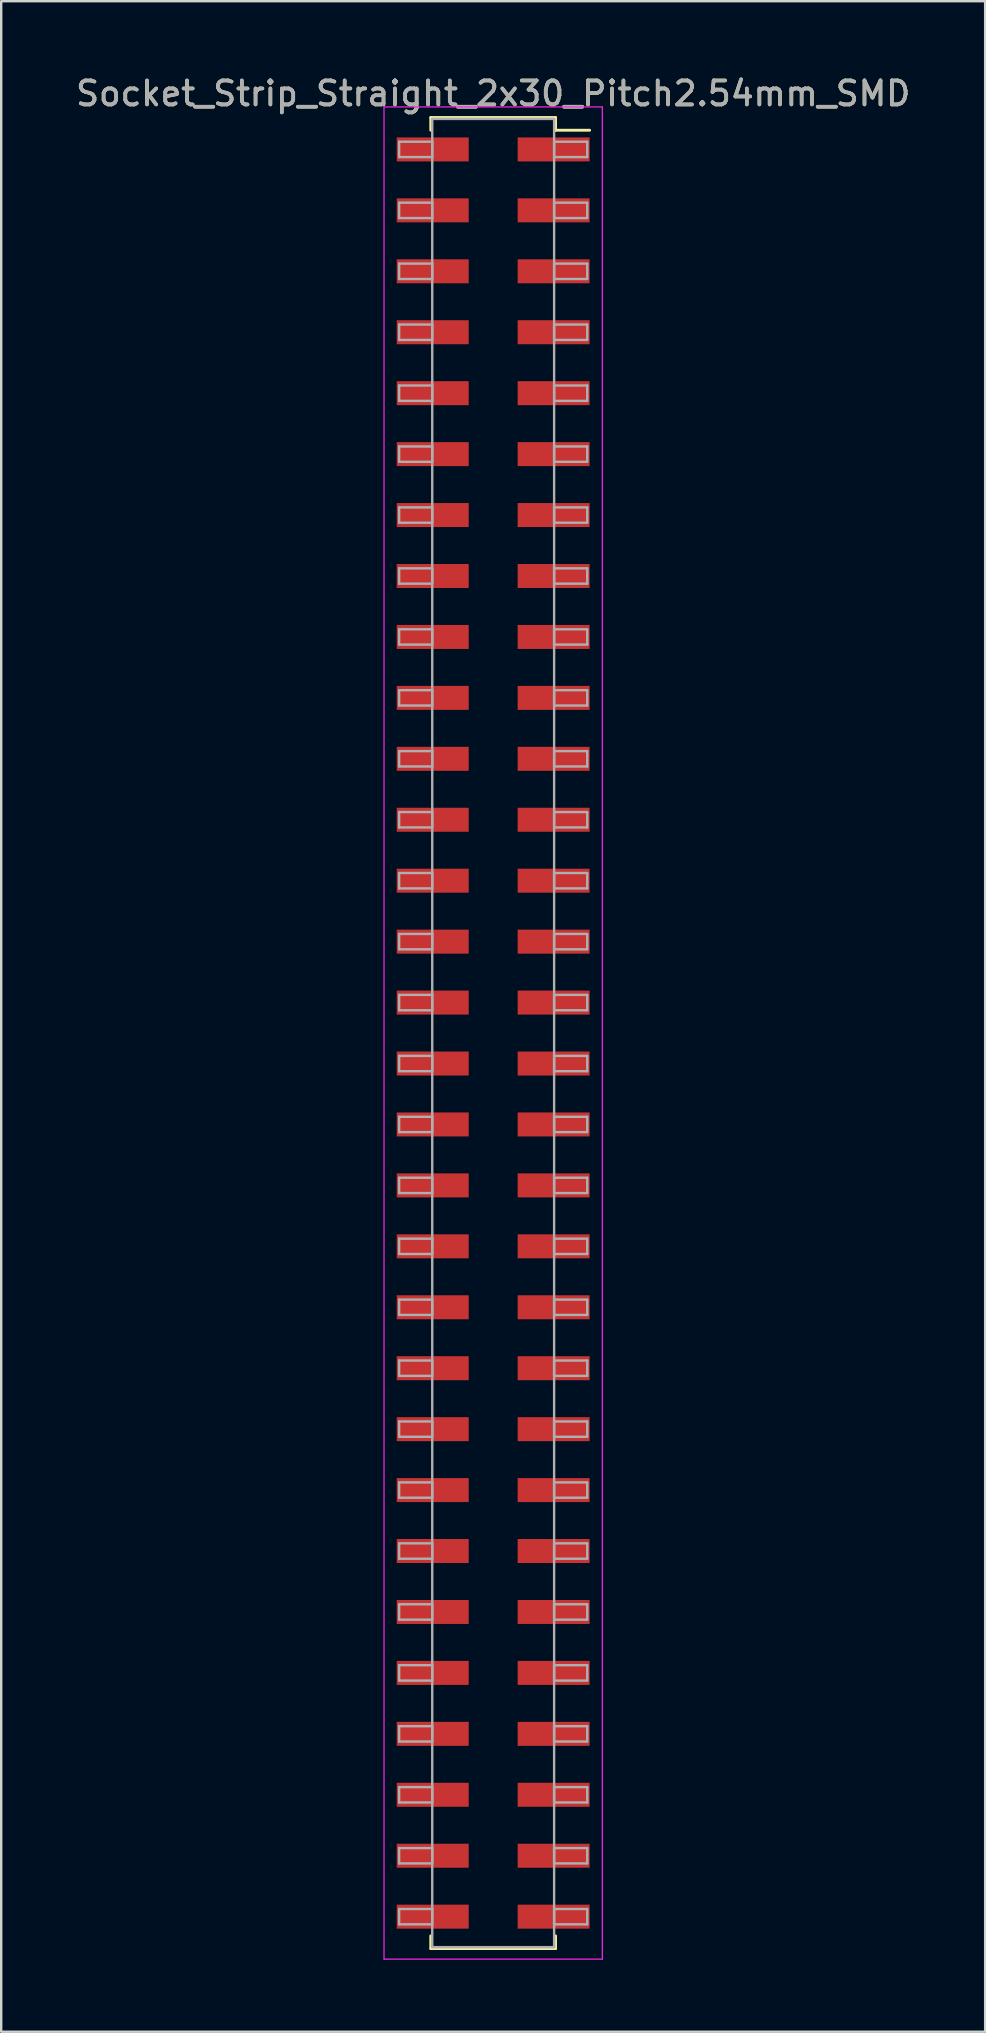
<source format=kicad_pcb>
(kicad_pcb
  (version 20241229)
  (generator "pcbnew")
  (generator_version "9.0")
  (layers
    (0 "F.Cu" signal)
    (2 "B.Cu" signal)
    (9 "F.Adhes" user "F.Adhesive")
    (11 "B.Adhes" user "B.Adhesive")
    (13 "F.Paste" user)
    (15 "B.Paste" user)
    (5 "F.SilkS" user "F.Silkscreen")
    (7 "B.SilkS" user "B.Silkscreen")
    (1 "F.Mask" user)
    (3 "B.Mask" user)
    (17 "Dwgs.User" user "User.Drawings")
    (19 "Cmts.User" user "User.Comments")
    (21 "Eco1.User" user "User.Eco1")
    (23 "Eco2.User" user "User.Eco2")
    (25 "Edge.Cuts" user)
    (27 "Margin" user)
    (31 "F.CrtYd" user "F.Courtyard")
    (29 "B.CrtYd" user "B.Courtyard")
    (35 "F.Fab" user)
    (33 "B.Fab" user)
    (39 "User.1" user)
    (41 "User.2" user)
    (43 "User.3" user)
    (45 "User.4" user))
  (footprint "Socket_Strip_Straight_2x30_Pitch2.54mm_SMD"
    (layer "F.Cu")
    (at 17.506 40.008)
    (property "Reference" "Socket_Strip_Straight_2x30_Pitch2.54mm_SMD" (at 0 -39.16 0) (layer "F.SilkS") (effects (font (size 1 1) (thickness 0.15))))
    (attr smd)
    (fp_line (start -2.6 -38.16) (end 2.6 -38.16) (stroke (width 0.12) (type solid)) (layer "F.SilkS"))
    (fp_line (start -2.6 -37.63) (end -2.6 -38.16) (stroke (width 0.12) (type solid)) (layer "F.SilkS"))
    (fp_line (start -2.6 37.63) (end -2.6 38.16) (stroke (width 0.12) (type solid)) (layer "F.SilkS"))
    (fp_line (start -2.6 38.16) (end 2.6 38.16) (stroke (width 0.12) (type solid)) (layer "F.SilkS"))
    (fp_line (start 2.6 -38.16) (end 2.6 -37.63) (stroke (width 0.12) (type solid)) (layer "F.SilkS"))
    (fp_line (start 2.6 38.16) (end 2.6 37.63) (stroke (width 0.12) (type solid)) (layer "F.SilkS"))
    (fp_line (start 4.02 -37.63) (end 2.6 -37.63) (stroke (width 0.12) (type solid)) (layer "F.SilkS"))
    (fp_line (start -4.55 -38.6) (end -4.55 38.6) (stroke (width 0.05) (type solid)) (layer "F.CrtYd"))
    (fp_line (start -4.55 38.6) (end 4.55 38.6) (stroke (width 0.05) (type solid)) (layer "F.CrtYd"))
    (fp_line (start 4.55 -38.6) (end -4.55 -38.6) (stroke (width 0.05) (type solid)) (layer "F.CrtYd"))
    (fp_line (start 4.55 38.6) (end 4.55 -38.6) (stroke (width 0.05) (type solid)) (layer "F.CrtYd"))
    (fp_line (start -3.92 -37.15) (end -2.54 -37.15) (stroke (width 0.1) (type solid)) (layer "F.Fab"))
    (fp_line (start -3.92 -36.51) (end -3.92 -37.15) (stroke (width 0.1) (type solid)) (layer "F.Fab"))
    (fp_line (start -3.92 -34.61) (end -2.54 -34.61) (stroke (width 0.1) (type solid)) (layer "F.Fab"))
    (fp_line (start -3.92 -33.97) (end -3.92 -34.61) (stroke (width 0.1) (type solid)) (layer "F.Fab"))
    (fp_line (start -3.92 -32.07) (end -2.54 -32.07) (stroke (width 0.1) (type solid)) (layer "F.Fab"))
    (fp_line (start -3.92 -31.43) (end -3.92 -32.07) (stroke (width 0.1) (type solid)) (layer "F.Fab"))
    (fp_line (start -3.92 -29.53) (end -2.54 -29.53) (stroke (width 0.1) (type solid)) (layer "F.Fab"))
    (fp_line (start -3.92 -28.89) (end -3.92 -29.53) (stroke (width 0.1) (type solid)) (layer "F.Fab"))
    (fp_line (start -3.92 -26.99) (end -2.54 -26.99) (stroke (width 0.1) (type solid)) (layer "F.Fab"))
    (fp_line (start -3.92 -26.35) (end -3.92 -26.99) (stroke (width 0.1) (type solid)) (layer "F.Fab"))
    (fp_line (start -3.92 -24.45) (end -2.54 -24.45) (stroke (width 0.1) (type solid)) (layer "F.Fab"))
    (fp_line (start -3.92 -23.81) (end -3.92 -24.45) (stroke (width 0.1) (type solid)) (layer "F.Fab"))
    (fp_line (start -3.92 -21.91) (end -2.54 -21.91) (stroke (width 0.1) (type solid)) (layer "F.Fab"))
    (fp_line (start -3.92 -21.27) (end -3.92 -21.91) (stroke (width 0.1) (type solid)) (layer "F.Fab"))
    (fp_line (start -3.92 -19.37) (end -2.54 -19.37) (stroke (width 0.1) (type solid)) (layer "F.Fab"))
    (fp_line (start -3.92 -18.73) (end -3.92 -19.37) (stroke (width 0.1) (type solid)) (layer "F.Fab"))
    (fp_line (start -3.92 -16.83) (end -2.54 -16.83) (stroke (width 0.1) (type solid)) (layer "F.Fab"))
    (fp_line (start -3.92 -16.19) (end -3.92 -16.83) (stroke (width 0.1) (type solid)) (layer "F.Fab"))
    (fp_line (start -3.92 -14.29) (end -2.54 -14.29) (stroke (width 0.1) (type solid)) (layer "F.Fab"))
    (fp_line (start -3.92 -13.65) (end -3.92 -14.29) (stroke (width 0.1) (type solid)) (layer "F.Fab"))
    (fp_line (start -3.92 -11.75) (end -2.54 -11.75) (stroke (width 0.1) (type solid)) (layer "F.Fab"))
    (fp_line (start -3.92 -11.11) (end -3.92 -11.75) (stroke (width 0.1) (type solid)) (layer "F.Fab"))
    (fp_line (start -3.92 -9.21) (end -2.54 -9.21) (stroke (width 0.1) (type solid)) (layer "F.Fab"))
    (fp_line (start -3.92 -8.57) (end -3.92 -9.21) (stroke (width 0.1) (type solid)) (layer "F.Fab"))
    (fp_line (start -3.92 -6.67) (end -2.54 -6.67) (stroke (width 0.1) (type solid)) (layer "F.Fab"))
    (fp_line (start -3.92 -6.03) (end -3.92 -6.67) (stroke (width 0.1) (type solid)) (layer "F.Fab"))
    (fp_line (start -3.92 -4.13) (end -2.54 -4.13) (stroke (width 0.1) (type solid)) (layer "F.Fab"))
    (fp_line (start -3.92 -3.49) (end -3.92 -4.13) (stroke (width 0.1) (type solid)) (layer "F.Fab"))
    (fp_line (start -3.92 -1.59) (end -2.54 -1.59) (stroke (width 0.1) (type solid)) (layer "F.Fab"))
    (fp_line (start -3.92 -0.95) (end -3.92 -1.59) (stroke (width 0.1) (type solid)) (layer "F.Fab"))
    (fp_line (start -3.92 0.95) (end -2.54 0.95) (stroke (width 0.1) (type solid)) (layer "F.Fab"))
    (fp_line (start -3.92 1.59) (end -3.92 0.95) (stroke (width 0.1) (type solid)) (layer "F.Fab"))
    (fp_line (start -3.92 3.49) (end -2.54 3.49) (stroke (width 0.1) (type solid)) (layer "F.Fab"))
    (fp_line (start -3.92 4.13) (end -3.92 3.49) (stroke (width 0.1) (type solid)) (layer "F.Fab"))
    (fp_line (start -3.92 6.03) (end -2.54 6.03) (stroke (width 0.1) (type solid)) (layer "F.Fab"))
    (fp_line (start -3.92 6.67) (end -3.92 6.03) (stroke (width 0.1) (type solid)) (layer "F.Fab"))
    (fp_line (start -3.92 8.57) (end -2.54 8.57) (stroke (width 0.1) (type solid)) (layer "F.Fab"))
    (fp_line (start -3.92 9.21) (end -3.92 8.57) (stroke (width 0.1) (type solid)) (layer "F.Fab"))
    (fp_line (start -3.92 11.11) (end -2.54 11.11) (stroke (width 0.1) (type solid)) (layer "F.Fab"))
    (fp_line (start -3.92 11.75) (end -3.92 11.11) (stroke (width 0.1) (type solid)) (layer "F.Fab"))
    (fp_line (start -3.92 13.65) (end -2.54 13.65) (stroke (width 0.1) (type solid)) (layer "F.Fab"))
    (fp_line (start -3.92 14.29) (end -3.92 13.65) (stroke (width 0.1) (type solid)) (layer "F.Fab"))
    (fp_line (start -3.92 16.19) (end -2.54 16.19) (stroke (width 0.1) (type solid)) (layer "F.Fab"))
    (fp_line (start -3.92 16.83) (end -3.92 16.19) (stroke (width 0.1) (type solid)) (layer "F.Fab"))
    (fp_line (start -3.92 18.73) (end -2.54 18.73) (stroke (width 0.1) (type solid)) (layer "F.Fab"))
    (fp_line (start -3.92 19.37) (end -3.92 18.73) (stroke (width 0.1) (type solid)) (layer "F.Fab"))
    (fp_line (start -3.92 21.27) (end -2.54 21.27) (stroke (width 0.1) (type solid)) (layer "F.Fab"))
    (fp_line (start -3.92 21.91) (end -3.92 21.27) (stroke (width 0.1) (type solid)) (layer "F.Fab"))
    (fp_line (start -3.92 23.81) (end -2.54 23.81) (stroke (width 0.1) (type solid)) (layer "F.Fab"))
    (fp_line (start -3.92 24.45) (end -3.92 23.81) (stroke (width 0.1) (type solid)) (layer "F.Fab"))
    (fp_line (start -3.92 26.35) (end -2.54 26.35) (stroke (width 0.1) (type solid)) (layer "F.Fab"))
    (fp_line (start -3.92 26.99) (end -3.92 26.35) (stroke (width 0.1) (type solid)) (layer "F.Fab"))
    (fp_line (start -3.92 28.89) (end -2.54 28.89) (stroke (width 0.1) (type solid)) (layer "F.Fab"))
    (fp_line (start -3.92 29.53) (end -3.92 28.89) (stroke (width 0.1) (type solid)) (layer "F.Fab"))
    (fp_line (start -3.92 31.43) (end -2.54 31.43) (stroke (width 0.1) (type solid)) (layer "F.Fab"))
    (fp_line (start -3.92 32.07) (end -3.92 31.43) (stroke (width 0.1) (type solid)) (layer "F.Fab"))
    (fp_line (start -3.92 33.97) (end -2.54 33.97) (stroke (width 0.1) (type solid)) (layer "F.Fab"))
    (fp_line (start -3.92 34.61) (end -3.92 33.97) (stroke (width 0.1) (type solid)) (layer "F.Fab"))
    (fp_line (start -3.92 36.51) (end -2.54 36.51) (stroke (width 0.1) (type solid)) (layer "F.Fab"))
    (fp_line (start -3.92 37.15) (end -3.92 36.51) (stroke (width 0.1) (type solid)) (layer "F.Fab"))
    (fp_line (start -2.54 -38.1) (end -2.54 38.1) (stroke (width 0.1) (type solid)) (layer "F.Fab"))
    (fp_line (start -2.54 -37.15) (end -2.54 -36.51) (stroke (width 0.1) (type solid)) (layer "F.Fab"))
    (fp_line (start -2.54 -36.51) (end -3.92 -36.51) (stroke (width 0.1) (type solid)) (layer "F.Fab"))
    (fp_line (start -2.54 -34.61) (end -2.54 -33.97) (stroke (width 0.1) (type solid)) (layer "F.Fab"))
    (fp_line (start -2.54 -33.97) (end -3.92 -33.97) (stroke (width 0.1) (type solid)) (layer "F.Fab"))
    (fp_line (start -2.54 -32.07) (end -2.54 -31.43) (stroke (width 0.1) (type solid)) (layer "F.Fab"))
    (fp_line (start -2.54 -31.43) (end -3.92 -31.43) (stroke (width 0.1) (type solid)) (layer "F.Fab"))
    (fp_line (start -2.54 -29.53) (end -2.54 -28.89) (stroke (width 0.1) (type solid)) (layer "F.Fab"))
    (fp_line (start -2.54 -28.89) (end -3.92 -28.89) (stroke (width 0.1) (type solid)) (layer "F.Fab"))
    (fp_line (start -2.54 -26.99) (end -2.54 -26.35) (stroke (width 0.1) (type solid)) (layer "F.Fab"))
    (fp_line (start -2.54 -26.35) (end -3.92 -26.35) (stroke (width 0.1) (type solid)) (layer "F.Fab"))
    (fp_line (start -2.54 -24.45) (end -2.54 -23.81) (stroke (width 0.1) (type solid)) (layer "F.Fab"))
    (fp_line (start -2.54 -23.81) (end -3.92 -23.81) (stroke (width 0.1) (type solid)) (layer "F.Fab"))
    (fp_line (start -2.54 -21.91) (end -2.54 -21.27) (stroke (width 0.1) (type solid)) (layer "F.Fab"))
    (fp_line (start -2.54 -21.27) (end -3.92 -21.27) (stroke (width 0.1) (type solid)) (layer "F.Fab"))
    (fp_line (start -2.54 -19.37) (end -2.54 -18.73) (stroke (width 0.1) (type solid)) (layer "F.Fab"))
    (fp_line (start -2.54 -18.73) (end -3.92 -18.73) (stroke (width 0.1) (type solid)) (layer "F.Fab"))
    (fp_line (start -2.54 -16.83) (end -2.54 -16.19) (stroke (width 0.1) (type solid)) (layer "F.Fab"))
    (fp_line (start -2.54 -16.19) (end -3.92 -16.19) (stroke (width 0.1) (type solid)) (layer "F.Fab"))
    (fp_line (start -2.54 -14.29) (end -2.54 -13.65) (stroke (width 0.1) (type solid)) (layer "F.Fab"))
    (fp_line (start -2.54 -13.65) (end -3.92 -13.65) (stroke (width 0.1) (type solid)) (layer "F.Fab"))
    (fp_line (start -2.54 -11.75) (end -2.54 -11.11) (stroke (width 0.1) (type solid)) (layer "F.Fab"))
    (fp_line (start -2.54 -11.11) (end -3.92 -11.11) (stroke (width 0.1) (type solid)) (layer "F.Fab"))
    (fp_line (start -2.54 -9.21) (end -2.54 -8.57) (stroke (width 0.1) (type solid)) (layer "F.Fab"))
    (fp_line (start -2.54 -8.57) (end -3.92 -8.57) (stroke (width 0.1) (type solid)) (layer "F.Fab"))
    (fp_line (start -2.54 -6.67) (end -2.54 -6.03) (stroke (width 0.1) (type solid)) (layer "F.Fab"))
    (fp_line (start -2.54 -6.03) (end -3.92 -6.03) (stroke (width 0.1) (type solid)) (layer "F.Fab"))
    (fp_line (start -2.54 -4.13) (end -2.54 -3.49) (stroke (width 0.1) (type solid)) (layer "F.Fab"))
    (fp_line (start -2.54 -3.49) (end -3.92 -3.49) (stroke (width 0.1) (type solid)) (layer "F.Fab"))
    (fp_line (start -2.54 -1.59) (end -2.54 -0.95) (stroke (width 0.1) (type solid)) (layer "F.Fab"))
    (fp_line (start -2.54 -0.95) (end -3.92 -0.95) (stroke (width 0.1) (type solid)) (layer "F.Fab"))
    (fp_line (start -2.54 0.95) (end -2.54 1.59) (stroke (width 0.1) (type solid)) (layer "F.Fab"))
    (fp_line (start -2.54 1.59) (end -3.92 1.59) (stroke (width 0.1) (type solid)) (layer "F.Fab"))
    (fp_line (start -2.54 3.49) (end -2.54 4.13) (stroke (width 0.1) (type solid)) (layer "F.Fab"))
    (fp_line (start -2.54 4.13) (end -3.92 4.13) (stroke (width 0.1) (type solid)) (layer "F.Fab"))
    (fp_line (start -2.54 6.03) (end -2.54 6.67) (stroke (width 0.1) (type solid)) (layer "F.Fab"))
    (fp_line (start -2.54 6.67) (end -3.92 6.67) (stroke (width 0.1) (type solid)) (layer "F.Fab"))
    (fp_line (start -2.54 8.57) (end -2.54 9.21) (stroke (width 0.1) (type solid)) (layer "F.Fab"))
    (fp_line (start -2.54 9.21) (end -3.92 9.21) (stroke (width 0.1) (type solid)) (layer "F.Fab"))
    (fp_line (start -2.54 11.11) (end -2.54 11.75) (stroke (width 0.1) (type solid)) (layer "F.Fab"))
    (fp_line (start -2.54 11.75) (end -3.92 11.75) (stroke (width 0.1) (type solid)) (layer "F.Fab"))
    (fp_line (start -2.54 13.65) (end -2.54 14.29) (stroke (width 0.1) (type solid)) (layer "F.Fab"))
    (fp_line (start -2.54 14.29) (end -3.92 14.29) (stroke (width 0.1) (type solid)) (layer "F.Fab"))
    (fp_line (start -2.54 16.19) (end -2.54 16.83) (stroke (width 0.1) (type solid)) (layer "F.Fab"))
    (fp_line (start -2.54 16.83) (end -3.92 16.83) (stroke (width 0.1) (type solid)) (layer "F.Fab"))
    (fp_line (start -2.54 18.73) (end -2.54 19.37) (stroke (width 0.1) (type solid)) (layer "F.Fab"))
    (fp_line (start -2.54 19.37) (end -3.92 19.37) (stroke (width 0.1) (type solid)) (layer "F.Fab"))
    (fp_line (start -2.54 21.27) (end -2.54 21.91) (stroke (width 0.1) (type solid)) (layer "F.Fab"))
    (fp_line (start -2.54 21.91) (end -3.92 21.91) (stroke (width 0.1) (type solid)) (layer "F.Fab"))
    (fp_line (start -2.54 23.81) (end -2.54 24.45) (stroke (width 0.1) (type solid)) (layer "F.Fab"))
    (fp_line (start -2.54 24.45) (end -3.92 24.45) (stroke (width 0.1) (type solid)) (layer "F.Fab"))
    (fp_line (start -2.54 26.35) (end -2.54 26.99) (stroke (width 0.1) (type solid)) (layer "F.Fab"))
    (fp_line (start -2.54 26.99) (end -3.92 26.99) (stroke (width 0.1) (type solid)) (layer "F.Fab"))
    (fp_line (start -2.54 28.89) (end -2.54 29.53) (stroke (width 0.1) (type solid)) (layer "F.Fab"))
    (fp_line (start -2.54 29.53) (end -3.92 29.53) (stroke (width 0.1) (type solid)) (layer "F.Fab"))
    (fp_line (start -2.54 31.43) (end -2.54 32.07) (stroke (width 0.1) (type solid)) (layer "F.Fab"))
    (fp_line (start -2.54 32.07) (end -3.92 32.07) (stroke (width 0.1) (type solid)) (layer "F.Fab"))
    (fp_line (start -2.54 33.97) (end -2.54 34.61) (stroke (width 0.1) (type solid)) (layer "F.Fab"))
    (fp_line (start -2.54 34.61) (end -3.92 34.61) (stroke (width 0.1) (type solid)) (layer "F.Fab"))
    (fp_line (start -2.54 36.51) (end -2.54 37.15) (stroke (width 0.1) (type solid)) (layer "F.Fab"))
    (fp_line (start -2.54 37.15) (end -3.92 37.15) (stroke (width 0.1) (type solid)) (layer "F.Fab"))
    (fp_line (start -2.54 38.1) (end 2.54 38.1) (stroke (width 0.1) (type solid)) (layer "F.Fab"))
    (fp_line (start 2.54 -38.1) (end -2.54 -38.1) (stroke (width 0.1) (type solid)) (layer "F.Fab"))
    (fp_line (start 2.54 -37.15) (end 2.54 -36.51) (stroke (width 0.1) (type solid)) (layer "F.Fab"))
    (fp_line (start 2.54 -36.51) (end 3.92 -36.51) (stroke (width 0.1) (type solid)) (layer "F.Fab"))
    (fp_line (start 2.54 -34.61) (end 2.54 -33.97) (stroke (width 0.1) (type solid)) (layer "F.Fab"))
    (fp_line (start 2.54 -33.97) (end 3.92 -33.97) (stroke (width 0.1) (type solid)) (layer "F.Fab"))
    (fp_line (start 2.54 -32.07) (end 2.54 -31.43) (stroke (width 0.1) (type solid)) (layer "F.Fab"))
    (fp_line (start 2.54 -31.43) (end 3.92 -31.43) (stroke (width 0.1) (type solid)) (layer "F.Fab"))
    (fp_line (start 2.54 -29.53) (end 2.54 -28.89) (stroke (width 0.1) (type solid)) (layer "F.Fab"))
    (fp_line (start 2.54 -28.89) (end 3.92 -28.89) (stroke (width 0.1) (type solid)) (layer "F.Fab"))
    (fp_line (start 2.54 -26.99) (end 2.54 -26.35) (stroke (width 0.1) (type solid)) (layer "F.Fab"))
    (fp_line (start 2.54 -26.35) (end 3.92 -26.35) (stroke (width 0.1) (type solid)) (layer "F.Fab"))
    (fp_line (start 2.54 -24.45) (end 2.54 -23.81) (stroke (width 0.1) (type solid)) (layer "F.Fab"))
    (fp_line (start 2.54 -23.81) (end 3.92 -23.81) (stroke (width 0.1) (type solid)) (layer "F.Fab"))
    (fp_line (start 2.54 -21.91) (end 2.54 -21.27) (stroke (width 0.1) (type solid)) (layer "F.Fab"))
    (fp_line (start 2.54 -21.27) (end 3.92 -21.27) (stroke (width 0.1) (type solid)) (layer "F.Fab"))
    (fp_line (start 2.54 -19.37) (end 2.54 -18.73) (stroke (width 0.1) (type solid)) (layer "F.Fab"))
    (fp_line (start 2.54 -18.73) (end 3.92 -18.73) (stroke (width 0.1) (type solid)) (layer "F.Fab"))
    (fp_line (start 2.54 -16.83) (end 2.54 -16.19) (stroke (width 0.1) (type solid)) (layer "F.Fab"))
    (fp_line (start 2.54 -16.19) (end 3.92 -16.19) (stroke (width 0.1) (type solid)) (layer "F.Fab"))
    (fp_line (start 2.54 -14.29) (end 2.54 -13.65) (stroke (width 0.1) (type solid)) (layer "F.Fab"))
    (fp_line (start 2.54 -13.65) (end 3.92 -13.65) (stroke (width 0.1) (type solid)) (layer "F.Fab"))
    (fp_line (start 2.54 -11.75) (end 2.54 -11.11) (stroke (width 0.1) (type solid)) (layer "F.Fab"))
    (fp_line (start 2.54 -11.11) (end 3.92 -11.11) (stroke (width 0.1) (type solid)) (layer "F.Fab"))
    (fp_line (start 2.54 -9.21) (end 2.54 -8.57) (stroke (width 0.1) (type solid)) (layer "F.Fab"))
    (fp_line (start 2.54 -8.57) (end 3.92 -8.57) (stroke (width 0.1) (type solid)) (layer "F.Fab"))
    (fp_line (start 2.54 -6.67) (end 2.54 -6.03) (stroke (width 0.1) (type solid)) (layer "F.Fab"))
    (fp_line (start 2.54 -6.03) (end 3.92 -6.03) (stroke (width 0.1) (type solid)) (layer "F.Fab"))
    (fp_line (start 2.54 -4.13) (end 2.54 -3.49) (stroke (width 0.1) (type solid)) (layer "F.Fab"))
    (fp_line (start 2.54 -3.49) (end 3.92 -3.49) (stroke (width 0.1) (type solid)) (layer "F.Fab"))
    (fp_line (start 2.54 -1.59) (end 2.54 -0.95) (stroke (width 0.1) (type solid)) (layer "F.Fab"))
    (fp_line (start 2.54 -0.95) (end 3.92 -0.95) (stroke (width 0.1) (type solid)) (layer "F.Fab"))
    (fp_line (start 2.54 0.95) (end 2.54 1.59) (stroke (width 0.1) (type solid)) (layer "F.Fab"))
    (fp_line (start 2.54 1.59) (end 3.92 1.59) (stroke (width 0.1) (type solid)) (layer "F.Fab"))
    (fp_line (start 2.54 3.49) (end 2.54 4.13) (stroke (width 0.1) (type solid)) (layer "F.Fab"))
    (fp_line (start 2.54 4.13) (end 3.92 4.13) (stroke (width 0.1) (type solid)) (layer "F.Fab"))
    (fp_line (start 2.54 6.03) (end 2.54 6.67) (stroke (width 0.1) (type solid)) (layer "F.Fab"))
    (fp_line (start 2.54 6.67) (end 3.92 6.67) (stroke (width 0.1) (type solid)) (layer "F.Fab"))
    (fp_line (start 2.54 8.57) (end 2.54 9.21) (stroke (width 0.1) (type solid)) (layer "F.Fab"))
    (fp_line (start 2.54 9.21) (end 3.92 9.21) (stroke (width 0.1) (type solid)) (layer "F.Fab"))
    (fp_line (start 2.54 11.11) (end 2.54 11.75) (stroke (width 0.1) (type solid)) (layer "F.Fab"))
    (fp_line (start 2.54 11.75) (end 3.92 11.75) (stroke (width 0.1) (type solid)) (layer "F.Fab"))
    (fp_line (start 2.54 13.65) (end 2.54 14.29) (stroke (width 0.1) (type solid)) (layer "F.Fab"))
    (fp_line (start 2.54 14.29) (end 3.92 14.29) (stroke (width 0.1) (type solid)) (layer "F.Fab"))
    (fp_line (start 2.54 16.19) (end 2.54 16.83) (stroke (width 0.1) (type solid)) (layer "F.Fab"))
    (fp_line (start 2.54 16.83) (end 3.92 16.83) (stroke (width 0.1) (type solid)) (layer "F.Fab"))
    (fp_line (start 2.54 18.73) (end 2.54 19.37) (stroke (width 0.1) (type solid)) (layer "F.Fab"))
    (fp_line (start 2.54 19.37) (end 3.92 19.37) (stroke (width 0.1) (type solid)) (layer "F.Fab"))
    (fp_line (start 2.54 21.27) (end 2.54 21.91) (stroke (width 0.1) (type solid)) (layer "F.Fab"))
    (fp_line (start 2.54 21.91) (end 3.92 21.91) (stroke (width 0.1) (type solid)) (layer "F.Fab"))
    (fp_line (start 2.54 23.81) (end 2.54 24.45) (stroke (width 0.1) (type solid)) (layer "F.Fab"))
    (fp_line (start 2.54 24.45) (end 3.92 24.45) (stroke (width 0.1) (type solid)) (layer "F.Fab"))
    (fp_line (start 2.54 26.35) (end 2.54 26.99) (stroke (width 0.1) (type solid)) (layer "F.Fab"))
    (fp_line (start 2.54 26.99) (end 3.92 26.99) (stroke (width 0.1) (type solid)) (layer "F.Fab"))
    (fp_line (start 2.54 28.89) (end 2.54 29.53) (stroke (width 0.1) (type solid)) (layer "F.Fab"))
    (fp_line (start 2.54 29.53) (end 3.92 29.53) (stroke (width 0.1) (type solid)) (layer "F.Fab"))
    (fp_line (start 2.54 31.43) (end 2.54 32.07) (stroke (width 0.1) (type solid)) (layer "F.Fab"))
    (fp_line (start 2.54 32.07) (end 3.92 32.07) (stroke (width 0.1) (type solid)) (layer "F.Fab"))
    (fp_line (start 2.54 33.97) (end 2.54 34.61) (stroke (width 0.1) (type solid)) (layer "F.Fab"))
    (fp_line (start 2.54 34.61) (end 3.92 34.61) (stroke (width 0.1) (type solid)) (layer "F.Fab"))
    (fp_line (start 2.54 36.51) (end 2.54 37.15) (stroke (width 0.1) (type solid)) (layer "F.Fab"))
    (fp_line (start 2.54 37.15) (end 3.92 37.15) (stroke (width 0.1) (type solid)) (layer "F.Fab"))
    (fp_line (start 2.54 38.1) (end 2.54 -38.1) (stroke (width 0.1) (type solid)) (layer "F.Fab"))
    (fp_line (start 3.92 -37.15) (end 2.54 -37.15) (stroke (width 0.1) (type solid)) (layer "F.Fab"))
    (fp_line (start 3.92 -36.51) (end 3.92 -37.15) (stroke (width 0.1) (type solid)) (layer "F.Fab"))
    (fp_line (start 3.92 -34.61) (end 2.54 -34.61) (stroke (width 0.1) (type solid)) (layer "F.Fab"))
    (fp_line (start 3.92 -33.97) (end 3.92 -34.61) (stroke (width 0.1) (type solid)) (layer "F.Fab"))
    (fp_line (start 3.92 -32.07) (end 2.54 -32.07) (stroke (width 0.1) (type solid)) (layer "F.Fab"))
    (fp_line (start 3.92 -31.43) (end 3.92 -32.07) (stroke (width 0.1) (type solid)) (layer "F.Fab"))
    (fp_line (start 3.92 -29.53) (end 2.54 -29.53) (stroke (width 0.1) (type solid)) (layer "F.Fab"))
    (fp_line (start 3.92 -28.89) (end 3.92 -29.53) (stroke (width 0.1) (type solid)) (layer "F.Fab"))
    (fp_line (start 3.92 -26.99) (end 2.54 -26.99) (stroke (width 0.1) (type solid)) (layer "F.Fab"))
    (fp_line (start 3.92 -26.35) (end 3.92 -26.99) (stroke (width 0.1) (type solid)) (layer "F.Fab"))
    (fp_line (start 3.92 -24.45) (end 2.54 -24.45) (stroke (width 0.1) (type solid)) (layer "F.Fab"))
    (fp_line (start 3.92 -23.81) (end 3.92 -24.45) (stroke (width 0.1) (type solid)) (layer "F.Fab"))
    (fp_line (start 3.92 -21.91) (end 2.54 -21.91) (stroke (width 0.1) (type solid)) (layer "F.Fab"))
    (fp_line (start 3.92 -21.27) (end 3.92 -21.91) (stroke (width 0.1) (type solid)) (layer "F.Fab"))
    (fp_line (start 3.92 -19.37) (end 2.54 -19.37) (stroke (width 0.1) (type solid)) (layer "F.Fab"))
    (fp_line (start 3.92 -18.73) (end 3.92 -19.37) (stroke (width 0.1) (type solid)) (layer "F.Fab"))
    (fp_line (start 3.92 -16.83) (end 2.54 -16.83) (stroke (width 0.1) (type solid)) (layer "F.Fab"))
    (fp_line (start 3.92 -16.19) (end 3.92 -16.83) (stroke (width 0.1) (type solid)) (layer "F.Fab"))
    (fp_line (start 3.92 -14.29) (end 2.54 -14.29) (stroke (width 0.1) (type solid)) (layer "F.Fab"))
    (fp_line (start 3.92 -13.65) (end 3.92 -14.29) (stroke (width 0.1) (type solid)) (layer "F.Fab"))
    (fp_line (start 3.92 -11.75) (end 2.54 -11.75) (stroke (width 0.1) (type solid)) (layer "F.Fab"))
    (fp_line (start 3.92 -11.11) (end 3.92 -11.75) (stroke (width 0.1) (type solid)) (layer "F.Fab"))
    (fp_line (start 3.92 -9.21) (end 2.54 -9.21) (stroke (width 0.1) (type solid)) (layer "F.Fab"))
    (fp_line (start 3.92 -8.57) (end 3.92 -9.21) (stroke (width 0.1) (type solid)) (layer "F.Fab"))
    (fp_line (start 3.92 -6.67) (end 2.54 -6.67) (stroke (width 0.1) (type solid)) (layer "F.Fab"))
    (fp_line (start 3.92 -6.03) (end 3.92 -6.67) (stroke (width 0.1) (type solid)) (layer "F.Fab"))
    (fp_line (start 3.92 -4.13) (end 2.54 -4.13) (stroke (width 0.1) (type solid)) (layer "F.Fab"))
    (fp_line (start 3.92 -3.49) (end 3.92 -4.13) (stroke (width 0.1) (type solid)) (layer "F.Fab"))
    (fp_line (start 3.92 -1.59) (end 2.54 -1.59) (stroke (width 0.1) (type solid)) (layer "F.Fab"))
    (fp_line (start 3.92 -0.95) (end 3.92 -1.59) (stroke (width 0.1) (type solid)) (layer "F.Fab"))
    (fp_line (start 3.92 0.95) (end 2.54 0.95) (stroke (width 0.1) (type solid)) (layer "F.Fab"))
    (fp_line (start 3.92 1.59) (end 3.92 0.95) (stroke (width 0.1) (type solid)) (layer "F.Fab"))
    (fp_line (start 3.92 3.49) (end 2.54 3.49) (stroke (width 0.1) (type solid)) (layer "F.Fab"))
    (fp_line (start 3.92 4.13) (end 3.92 3.49) (stroke (width 0.1) (type solid)) (layer "F.Fab"))
    (fp_line (start 3.92 6.03) (end 2.54 6.03) (stroke (width 0.1) (type solid)) (layer "F.Fab"))
    (fp_line (start 3.92 6.67) (end 3.92 6.03) (stroke (width 0.1) (type solid)) (layer "F.Fab"))
    (fp_line (start 3.92 8.57) (end 2.54 8.57) (stroke (width 0.1) (type solid)) (layer "F.Fab"))
    (fp_line (start 3.92 9.21) (end 3.92 8.57) (stroke (width 0.1) (type solid)) (layer "F.Fab"))
    (fp_line (start 3.92 11.11) (end 2.54 11.11) (stroke (width 0.1) (type solid)) (layer "F.Fab"))
    (fp_line (start 3.92 11.75) (end 3.92 11.11) (stroke (width 0.1) (type solid)) (layer "F.Fab"))
    (fp_line (start 3.92 13.65) (end 2.54 13.65) (stroke (width 0.1) (type solid)) (layer "F.Fab"))
    (fp_line (start 3.92 14.29) (end 3.92 13.65) (stroke (width 0.1) (type solid)) (layer "F.Fab"))
    (fp_line (start 3.92 16.19) (end 2.54 16.19) (stroke (width 0.1) (type solid)) (layer "F.Fab"))
    (fp_line (start 3.92 16.83) (end 3.92 16.19) (stroke (width 0.1) (type solid)) (layer "F.Fab"))
    (fp_line (start 3.92 18.73) (end 2.54 18.73) (stroke (width 0.1) (type solid)) (layer "F.Fab"))
    (fp_line (start 3.92 19.37) (end 3.92 18.73) (stroke (width 0.1) (type solid)) (layer "F.Fab"))
    (fp_line (start 3.92 21.27) (end 2.54 21.27) (stroke (width 0.1) (type solid)) (layer "F.Fab"))
    (fp_line (start 3.92 21.91) (end 3.92 21.27) (stroke (width 0.1) (type solid)) (layer "F.Fab"))
    (fp_line (start 3.92 23.81) (end 2.54 23.81) (stroke (width 0.1) (type solid)) (layer "F.Fab"))
    (fp_line (start 3.92 24.45) (end 3.92 23.81) (stroke (width 0.1) (type solid)) (layer "F.Fab"))
    (fp_line (start 3.92 26.35) (end 2.54 26.35) (stroke (width 0.1) (type solid)) (layer "F.Fab"))
    (fp_line (start 3.92 26.99) (end 3.92 26.35) (stroke (width 0.1) (type solid)) (layer "F.Fab"))
    (fp_line (start 3.92 28.89) (end 2.54 28.89) (stroke (width 0.1) (type solid)) (layer "F.Fab"))
    (fp_line (start 3.92 29.53) (end 3.92 28.89) (stroke (width 0.1) (type solid)) (layer "F.Fab"))
    (fp_line (start 3.92 31.43) (end 2.54 31.43) (stroke (width 0.1) (type solid)) (layer "F.Fab"))
    (fp_line (start 3.92 32.07) (end 3.92 31.43) (stroke (width 0.1) (type solid)) (layer "F.Fab"))
    (fp_line (start 3.92 33.97) (end 2.54 33.97) (stroke (width 0.1) (type solid)) (layer "F.Fab"))
    (fp_line (start 3.92 34.61) (end 3.92 33.97) (stroke (width 0.1) (type solid)) (layer "F.Fab"))
    (fp_line (start 3.92 36.51) (end 2.54 36.51) (stroke (width 0.1) (type solid)) (layer "F.Fab"))
    (fp_line (start 3.92 37.15) (end 3.92 36.51) (stroke (width 0.1) (type solid)) (layer "F.Fab"))
    (fp_text user "${REFERENCE}" (at 0 -39.16 0) (layer "F.Fab") (effects (font (size 1 1) (thickness 0.15))))
    (pad "1" smd rect (at 2.52 -36.83) (size 3 1) (layers "F.Cu" "F.Mask" "F.Paste"))
    (pad "2" smd rect (at -2.52 -36.83) (size 3 1) (layers "F.Cu" "F.Mask" "F.Paste"))
    (pad "3" smd rect (at 2.52 -34.29) (size 3 1) (layers "F.Cu" "F.Mask" "F.Paste"))
    (pad "4" smd rect (at -2.52 -34.29) (size 3 1) (layers "F.Cu" "F.Mask" "F.Paste"))
    (pad "5" smd rect (at 2.52 -31.75) (size 3 1) (layers "F.Cu" "F.Mask" "F.Paste"))
    (pad "6" smd rect (at -2.52 -31.75) (size 3 1) (layers "F.Cu" "F.Mask" "F.Paste"))
    (pad "7" smd rect (at 2.52 -29.21) (size 3 1) (layers "F.Cu" "F.Mask" "F.Paste"))
    (pad "8" smd rect (at -2.52 -29.21) (size 3 1) (layers "F.Cu" "F.Mask" "F.Paste"))
    (pad "9" smd rect (at 2.52 -26.67) (size 3 1) (layers "F.Cu" "F.Mask" "F.Paste"))
    (pad "10" smd rect (at -2.52 -26.67) (size 3 1) (layers "F.Cu" "F.Mask" "F.Paste"))
    (pad "11" smd rect (at 2.52 -24.13) (size 3 1) (layers "F.Cu" "F.Mask" "F.Paste"))
    (pad "12" smd rect (at -2.52 -24.13) (size 3 1) (layers "F.Cu" "F.Mask" "F.Paste"))
    (pad "13" smd rect (at 2.52 -21.59) (size 3 1) (layers "F.Cu" "F.Mask" "F.Paste"))
    (pad "14" smd rect (at -2.52 -21.59) (size 3 1) (layers "F.Cu" "F.Mask" "F.Paste"))
    (pad "15" smd rect (at 2.52 -19.05) (size 3 1) (layers "F.Cu" "F.Mask" "F.Paste"))
    (pad "16" smd rect (at -2.52 -19.05) (size 3 1) (layers "F.Cu" "F.Mask" "F.Paste"))
    (pad "17" smd rect (at 2.52 -16.51) (size 3 1) (layers "F.Cu" "F.Mask" "F.Paste"))
    (pad "18" smd rect (at -2.52 -16.51) (size 3 1) (layers "F.Cu" "F.Mask" "F.Paste"))
    (pad "19" smd rect (at 2.52 -13.97) (size 3 1) (layers "F.Cu" "F.Mask" "F.Paste"))
    (pad "20" smd rect (at -2.52 -13.97) (size 3 1) (layers "F.Cu" "F.Mask" "F.Paste"))
    (pad "21" smd rect (at 2.52 -11.43) (size 3 1) (layers "F.Cu" "F.Mask" "F.Paste"))
    (pad "22" smd rect (at -2.52 -11.43) (size 3 1) (layers "F.Cu" "F.Mask" "F.Paste"))
    (pad "23" smd rect (at 2.52 -8.89) (size 3 1) (layers "F.Cu" "F.Mask" "F.Paste"))
    (pad "24" smd rect (at -2.52 -8.89) (size 3 1) (layers "F.Cu" "F.Mask" "F.Paste"))
    (pad "25" smd rect (at 2.52 -6.35) (size 3 1) (layers "F.Cu" "F.Mask" "F.Paste"))
    (pad "26" smd rect (at -2.52 -6.35) (size 3 1) (layers "F.Cu" "F.Mask" "F.Paste"))
    (pad "27" smd rect (at 2.52 -3.81) (size 3 1) (layers "F.Cu" "F.Mask" "F.Paste"))
    (pad "28" smd rect (at -2.52 -3.81) (size 3 1) (layers "F.Cu" "F.Mask" "F.Paste"))
    (pad "29" smd rect (at 2.52 -1.27) (size 3 1) (layers "F.Cu" "F.Mask" "F.Paste"))
    (pad "30" smd rect (at -2.52 -1.27) (size 3 1) (layers "F.Cu" "F.Mask" "F.Paste"))
    (pad "31" smd rect (at 2.52 1.27) (size 3 1) (layers "F.Cu" "F.Mask" "F.Paste"))
    (pad "32" smd rect (at -2.52 1.27) (size 3 1) (layers "F.Cu" "F.Mask" "F.Paste"))
    (pad "33" smd rect (at 2.52 3.81) (size 3 1) (layers "F.Cu" "F.Mask" "F.Paste"))
    (pad "34" smd rect (at -2.52 3.81) (size 3 1) (layers "F.Cu" "F.Mask" "F.Paste"))
    (pad "35" smd rect (at 2.52 6.35) (size 3 1) (layers "F.Cu" "F.Mask" "F.Paste"))
    (pad "36" smd rect (at -2.52 6.35) (size 3 1) (layers "F.Cu" "F.Mask" "F.Paste"))
    (pad "37" smd rect (at 2.52 8.89) (size 3 1) (layers "F.Cu" "F.Mask" "F.Paste"))
    (pad "38" smd rect (at -2.52 8.89) (size 3 1) (layers "F.Cu" "F.Mask" "F.Paste"))
    (pad "39" smd rect (at 2.52 11.43) (size 3 1) (layers "F.Cu" "F.Mask" "F.Paste"))
    (pad "40" smd rect (at -2.52 11.43) (size 3 1) (layers "F.Cu" "F.Mask" "F.Paste"))
    (pad "41" smd rect (at 2.52 13.97) (size 3 1) (layers "F.Cu" "F.Mask" "F.Paste"))
    (pad "42" smd rect (at -2.52 13.97) (size 3 1) (layers "F.Cu" "F.Mask" "F.Paste"))
    (pad "43" smd rect (at 2.52 16.51) (size 3 1) (layers "F.Cu" "F.Mask" "F.Paste"))
    (pad "44" smd rect (at -2.52 16.51) (size 3 1) (layers "F.Cu" "F.Mask" "F.Paste"))
    (pad "45" smd rect (at 2.52 19.05) (size 3 1) (layers "F.Cu" "F.Mask" "F.Paste"))
    (pad "46" smd rect (at -2.52 19.05) (size 3 1) (layers "F.Cu" "F.Mask" "F.Paste"))
    (pad "47" smd rect (at 2.52 21.59) (size 3 1) (layers "F.Cu" "F.Mask" "F.Paste"))
    (pad "48" smd rect (at -2.52 21.59) (size 3 1) (layers "F.Cu" "F.Mask" "F.Paste"))
    (pad "49" smd rect (at 2.52 24.13) (size 3 1) (layers "F.Cu" "F.Mask" "F.Paste"))
    (pad "50" smd rect (at -2.52 24.13) (size 3 1) (layers "F.Cu" "F.Mask" "F.Paste"))
    (pad "51" smd rect (at 2.52 26.67) (size 3 1) (layers "F.Cu" "F.Mask" "F.Paste"))
    (pad "52" smd rect (at -2.52 26.67) (size 3 1) (layers "F.Cu" "F.Mask" "F.Paste"))
    (pad "53" smd rect (at 2.52 29.21) (size 3 1) (layers "F.Cu" "F.Mask" "F.Paste"))
    (pad "54" smd rect (at -2.52 29.21) (size 3 1) (layers "F.Cu" "F.Mask" "F.Paste"))
    (pad "55" smd rect (at 2.52 31.75) (size 3 1) (layers "F.Cu" "F.Mask" "F.Paste"))
    (pad "56" smd rect (at -2.52 31.75) (size 3 1) (layers "F.Cu" "F.Mask" "F.Paste"))
    (pad "57" smd rect (at 2.52 34.29) (size 3 1) (layers "F.Cu" "F.Mask" "F.Paste"))
    (pad "58" smd rect (at -2.52 34.29) (size 3 1) (layers "F.Cu" "F.Mask" "F.Paste"))
    (pad "59" smd rect (at 2.52 36.83) (size 3 1) (layers "F.Cu" "F.Mask" "F.Paste"))
    (pad "60" smd rect (at -2.52 36.83) (size 3 1) (layers "F.Cu" "F.Mask" "F.Paste")))
  (gr_rect
    (start -3 -3)
    (end 38.012 81.633)
    (stroke (width 0.1) (type default))
    (fill no)
    (layer "Edge.Cuts")))
</source>
